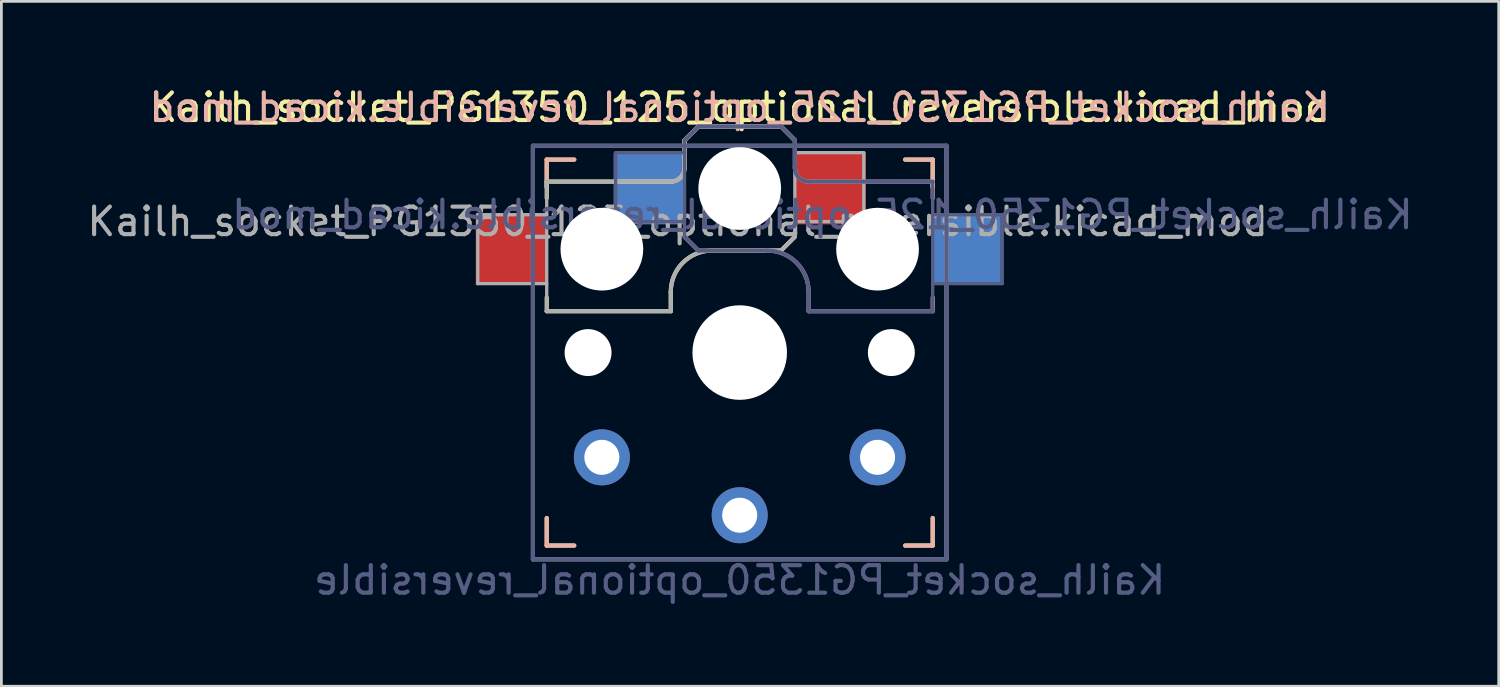
<source format=kicad_pcb>
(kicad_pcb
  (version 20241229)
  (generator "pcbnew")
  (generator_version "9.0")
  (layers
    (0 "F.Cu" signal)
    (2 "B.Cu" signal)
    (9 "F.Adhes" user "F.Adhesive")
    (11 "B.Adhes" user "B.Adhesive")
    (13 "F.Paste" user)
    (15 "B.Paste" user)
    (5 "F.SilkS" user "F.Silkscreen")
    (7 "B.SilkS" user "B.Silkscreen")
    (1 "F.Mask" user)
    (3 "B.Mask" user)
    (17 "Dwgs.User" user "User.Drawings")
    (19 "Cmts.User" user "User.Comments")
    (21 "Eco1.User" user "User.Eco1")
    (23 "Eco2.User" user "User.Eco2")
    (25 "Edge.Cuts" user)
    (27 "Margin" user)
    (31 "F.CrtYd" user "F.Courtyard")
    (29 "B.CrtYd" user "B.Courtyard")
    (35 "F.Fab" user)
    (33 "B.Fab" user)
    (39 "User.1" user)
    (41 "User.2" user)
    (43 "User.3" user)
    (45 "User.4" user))
  (footprint "Kailh_socket_PG1350_125_optional_reversible.kicad_mod"
    (layer "F.Cu")
    (at 23.78 9.738)
    (property "Reference" "Kailh_socket_PG1350_125_optional_reversible.kicad_mod" (at 0 -8.89 0) (layer "F.SilkS") (effects (font (size 1 1) (thickness 0.15))))
    (property "Value" "Kailh_socket_PG1350_optional_reversible" (at 0 8.255 0) (layer "F.Fab") (hide yes) (effects (font (size 1 1) (thickness 0.15))))
    (attr through_hole)
    (fp_line (start -7 -7) (end -6 -7) (stroke (width 0.15) (type solid)) (layer "F.SilkS"))
    (fp_line (start -7 -6.2) (end -2.5 -6.2) (stroke (width 0.15) (type solid)) (layer "F.SilkS"))
    (fp_line (start -7 -6) (end -7 -7) (stroke (width 0.15) (type solid)) (layer "F.SilkS"))
    (fp_line (start -7 -5.6) (end -7 -6.2) (stroke (width 0.15) (type solid)) (layer "F.SilkS"))
    (fp_line (start -7 -1.5) (end -7 -2) (stroke (width 0.15) (type solid)) (layer "F.SilkS"))
    (fp_line (start -7 7) (end -7 6) (stroke (width 0.15) (type solid)) (layer "F.SilkS"))
    (fp_line (start -6 7) (end -7 7) (stroke (width 0.15) (type solid)) (layer "F.SilkS"))
    (fp_line (start -2.5 -2.2) (end -2.5 -1.5) (stroke (width 0.15) (type solid)) (layer "F.SilkS"))
    (fp_line (start -2.5 -1.5) (end -7 -1.5) (stroke (width 0.15) (type solid)) (layer "F.SilkS"))
    (fp_line (start -2 -6.7) (end -2 -7.7) (stroke (width 0.15) (type solid)) (layer "F.SilkS"))
    (fp_line (start -1.5 -8.2) (end -2 -7.7) (stroke (width 0.15) (type solid)) (layer "F.SilkS"))
    (fp_line (start 1.5 -8.2) (end -1.5 -8.2) (stroke (width 0.15) (type solid)) (layer "F.SilkS"))
    (fp_line (start 1.5 -3.7) (end -1 -3.7) (stroke (width 0.15) (type solid)) (layer "F.SilkS"))
    (fp_line (start 2 -7.7) (end 1.5 -8.2) (stroke (width 0.15) (type solid)) (layer "F.SilkS"))
    (fp_line (start 2 -4.2) (end 1.5 -3.7) (stroke (width 0.15) (type solid)) (layer "F.SilkS"))
    (fp_line (start 6 -7) (end 7 -7) (stroke (width 0.15) (type solid)) (layer "F.SilkS"))
    (fp_line (start 7 -7) (end 7 -6) (stroke (width 0.15) (type solid)) (layer "F.SilkS"))
    (fp_line (start 7 6) (end 7 7) (stroke (width 0.15) (type solid)) (layer "F.SilkS"))
    (fp_line (start 7 7) (end 6 7) (stroke (width 0.15) (type solid)) (layer "F.SilkS"))
    (fp_arc (start -2.5 -2.2) (mid -2.06066 -3.26066) (end -1 -3.7) (stroke (width 0.15) (type solid)) (layer "F.SilkS"))
    (fp_arc (start -2 -6.7) (mid -2.146447 -6.346447) (end -2.5 -6.2) (stroke (width 0.15) (type solid)) (layer "F.SilkS"))
    (fp_line (start -7 -7) (end -6 -7) (stroke (width 0.15) (type solid)) (layer "B.SilkS"))
    (fp_line (start -7 -6) (end -7 -7) (stroke (width 0.15) (type solid)) (layer "B.SilkS"))
    (fp_line (start -7 7) (end -7 6) (stroke (width 0.15) (type solid)) (layer "B.SilkS"))
    (fp_line (start -6 7) (end -7 7) (stroke (width 0.15) (type solid)) (layer "B.SilkS"))
    (fp_line (start -2 -7.7) (end -1.5 -8.2) (stroke (width 0.15) (type solid)) (layer "B.SilkS"))
    (fp_line (start -2 -4.2) (end -1.5 -3.7) (stroke (width 0.15) (type solid)) (layer "B.SilkS"))
    (fp_line (start -1.5 -8.2) (end 1.5 -8.2) (stroke (width 0.15) (type solid)) (layer "B.SilkS"))
    (fp_line (start -1.5 -3.7) (end 1 -3.7) (stroke (width 0.15) (type solid)) (layer "B.SilkS"))
    (fp_line (start 1.5 -8.2) (end 2 -7.7) (stroke (width 0.15) (type solid)) (layer "B.SilkS"))
    (fp_line (start 2 -6.7) (end 2 -7.7) (stroke (width 0.15) (type solid)) (layer "B.SilkS"))
    (fp_line (start 2.5 -2.2) (end 2.5 -1.5) (stroke (width 0.15) (type solid)) (layer "B.SilkS"))
    (fp_line (start 2.5 -1.5) (end 7 -1.5) (stroke (width 0.15) (type solid)) (layer "B.SilkS"))
    (fp_line (start 6 -7) (end 7 -7) (stroke (width 0.15) (type solid)) (layer "B.SilkS"))
    (fp_line (start 7 -7) (end 7 -6) (stroke (width 0.15) (type solid)) (layer "B.SilkS"))
    (fp_line (start 7 -6.2) (end 2.5 -6.2) (stroke (width 0.15) (type solid)) (layer "B.SilkS"))
    (fp_line (start 7 -5.6) (end 7 -6.2) (stroke (width 0.15) (type solid)) (layer "B.SilkS"))
    (fp_line (start 7 -1.5) (end 7 -2) (stroke (width 0.15) (type solid)) (layer "B.SilkS"))
    (fp_line (start 7 6) (end 7 7) (stroke (width 0.15) (type solid)) (layer "B.SilkS"))
    (fp_line (start 7 7) (end 6 7) (stroke (width 0.15) (type solid)) (layer "B.SilkS"))
    (fp_arc (start 1 -3.7) (mid 2.06066 -3.26066) (end 2.5 -2.2) (stroke (width 0.15) (type solid)) (layer "B.SilkS"))
    (fp_arc (start 2.5 -6.2) (mid 2.146447 -6.346447) (end 2 -6.7) (stroke (width 0.15) (type solid)) (layer "B.SilkS"))
    (fp_rect (start -13.25 -8.5) (end 13.25 8.5) (stroke (width 0.12) (type solid)) (fill no) (layer "Eco1.User"))
    (fp_line (start -6.9 6.9) (end -6.9 -6.9) (stroke (width 0.15) (type solid)) (layer "Eco2.User"))
    (fp_line (start -6.9 6.9) (end 6.9 6.9) (stroke (width 0.15) (type solid)) (layer "Eco2.User"))
    (fp_line (start -2.6 -3.1) (end -2.6 -6.3) (stroke (width 0.15) (type solid)) (layer "Eco2.User"))
    (fp_line (start -2.6 -3.1) (end 2.6 -3.1) (stroke (width 0.15) (type solid)) (layer "Eco2.User"))
    (fp_line (start 2.6 -6.3) (end -2.6 -6.3) (stroke (width 0.15) (type solid)) (layer "Eco2.User"))
    (fp_line (start 2.6 -3.1) (end 2.6 -6.3) (stroke (width 0.15) (type solid)) (layer "Eco2.User"))
    (fp_line (start 6.9 -6.9) (end -6.9 -6.9) (stroke (width 0.15) (type solid)) (layer "Eco2.User"))
    (fp_line (start 6.9 -6.9) (end 6.9 6.9) (stroke (width 0.15) (type solid)) (layer "Eco2.User"))
    (fp_line (start -7.5 -7.5) (end 7.5 -7.5) (stroke (width 0.15) (type solid)) (layer "B.Fab"))
    (fp_line (start -7.5 7.5) (end -7.5 -7.5) (stroke (width 0.15) (type solid)) (layer "B.Fab"))
    (fp_line (start -4.5 -7.25) (end -2 -7.25) (stroke (width 0.12) (type solid)) (layer "B.Fab"))
    (fp_line (start -4.5 -4.75) (end -4.5 -7.25) (stroke (width 0.12) (type solid)) (layer "B.Fab"))
    (fp_line (start -2 -7.7) (end -1.5 -8.2) (stroke (width 0.15) (type solid)) (layer "B.Fab"))
    (fp_line (start -2 -4.75) (end -4.5 -4.75) (stroke (width 0.12) (type solid)) (layer "B.Fab"))
    (fp_line (start -2 -4.25) (end -2 -7.7) (stroke (width 0.12) (type solid)) (layer "B.Fab"))
    (fp_line (start -2 -4.2) (end -1.5 -3.7) (stroke (width 0.15) (type solid)) (layer "B.Fab"))
    (fp_line (start -1.5 -8.2) (end 1.5 -8.2) (stroke (width 0.15) (type solid)) (layer "B.Fab"))
    (fp_line (start -1.5 -3.7) (end 1 -3.7) (stroke (width 0.15) (type solid)) (layer "B.Fab"))
    (fp_line (start 1.5 -8.2) (end 2 -7.7) (stroke (width 0.15) (type solid)) (layer "B.Fab"))
    (fp_line (start 2 -6.7) (end 2 -7.7) (stroke (width 0.15) (type solid)) (layer "B.Fab"))
    (fp_line (start 2.5 -2.2) (end 2.5 -1.5) (stroke (width 0.15) (type solid)) (layer "B.Fab"))
    (fp_line (start 2.5 -1.5) (end 7 -1.5) (stroke (width 0.15) (type solid)) (layer "B.Fab"))
    (fp_line (start 7 -6.2) (end 2.5 -6.2) (stroke (width 0.15) (type solid)) (layer "B.Fab"))
    (fp_line (start 7 -5) (end 9.5 -5) (stroke (width 0.12) (type solid)) (layer "B.Fab"))
    (fp_line (start 7 -1.5) (end 7 -6.2) (stroke (width 0.12) (type solid)) (layer "B.Fab"))
    (fp_line (start 7.5 -7.5) (end 7.5 7.5) (stroke (width 0.15) (type solid)) (layer "B.Fab"))
    (fp_line (start 7.5 7.5) (end -7.5 7.5) (stroke (width 0.15) (type solid)) (layer "B.Fab"))
    (fp_line (start 9.5 -5) (end 9.5 -2.5) (stroke (width 0.12) (type solid)) (layer "B.Fab"))
    (fp_line (start 9.5 -2.5) (end 7 -2.5) (stroke (width 0.12) (type solid)) (layer "B.Fab"))
    (fp_arc (start 1 -3.7) (mid 2.06066 -3.26066) (end 2.5 -2.2) (stroke (width 0.15) (type solid)) (layer "B.Fab"))
    (fp_arc (start 2.5 -6.2) (mid 2.146447 -6.346447) (end 2 -6.7) (stroke (width 0.15) (type solid)) (layer "B.Fab"))
    (fp_line (start -9.5 -5) (end -9.5 -2.5) (stroke (width 0.12) (type solid)) (layer "F.Fab"))
    (fp_line (start -9.5 -2.5) (end -7 -2.5) (stroke (width 0.12) (type solid)) (layer "F.Fab"))
    (fp_line (start -7.5 -7.5) (end 7.5 -7.5) (stroke (width 0.15) (type solid)) (layer "F.Fab"))
    (fp_line (start -7.5 7.5) (end -7.5 -7.5) (stroke (width 0.15) (type solid)) (layer "F.Fab"))
    (fp_line (start -7 -6.2) (end -2.5 -6.2) (stroke (width 0.15) (type solid)) (layer "F.Fab"))
    (fp_line (start -7 -5) (end -9.5 -5) (stroke (width 0.12) (type solid)) (layer "F.Fab"))
    (fp_line (start -7 -1.5) (end -7 -6.2) (stroke (width 0.12) (type solid)) (layer "F.Fab"))
    (fp_line (start -2.5 -2.2) (end -2.5 -1.5) (stroke (width 0.15) (type solid)) (layer "F.Fab"))
    (fp_line (start -2.5 -1.5) (end -7 -1.5) (stroke (width 0.15) (type solid)) (layer "F.Fab"))
    (fp_line (start -2 -6.7) (end -2 -7.7) (stroke (width 0.15) (type solid)) (layer "F.Fab"))
    (fp_line (start -1.5 -8.2) (end -2 -7.7) (stroke (width 0.15) (type solid)) (layer "F.Fab"))
    (fp_line (start 1.5 -8.2) (end -1.5 -8.2) (stroke (width 0.15) (type solid)) (layer "F.Fab"))
    (fp_line (start 1.5 -3.7) (end -1 -3.7) (stroke (width 0.15) (type solid)) (layer "F.Fab"))
    (fp_line (start 2 -7.7) (end 1.5 -8.2) (stroke (width 0.15) (type solid)) (layer "F.Fab"))
    (fp_line (start 2 -4.75) (end 4.5 -4.75) (stroke (width 0.12) (type solid)) (layer "F.Fab"))
    (fp_line (start 2 -4.25) (end 2 -7.7) (stroke (width 0.12) (type solid)) (layer "F.Fab"))
    (fp_line (start 2 -4.2) (end 1.5 -3.7) (stroke (width 0.15) (type solid)) (layer "F.Fab"))
    (fp_line (start 4.5 -7.25) (end 2 -7.25) (stroke (width 0.12) (type solid)) (layer "F.Fab"))
    (fp_line (start 4.5 -4.75) (end 4.5 -7.25) (stroke (width 0.12) (type solid)) (layer "F.Fab"))
    (fp_line (start 7.5 -7.5) (end 7.5 7.5) (stroke (width 0.15) (type solid)) (layer "F.Fab"))
    (fp_line (start 7.5 7.5) (end -7.5 7.5) (stroke (width 0.15) (type solid)) (layer "F.Fab"))
    (fp_arc (start -2.5 -2.2) (mid -2.06066 -3.26066) (end -1 -3.7) (stroke (width 0.15) (type solid)) (layer "F.Fab"))
    (fp_arc (start -2 -6.7) (mid -2.146447 -6.346447) (end -2.5 -6.2) (stroke (width 0.15) (type solid)) (layer "F.Fab"))
    (fp_text user "${REFERENCE}" (at 0 -8.89 0) (layer "B.SilkS") (effects (font (size 1 1) (thickness 0.15)) (justify mirror)))
    (fp_text user "${VALUE}" (at 0 8.255 0) (layer "B.Fab") (effects (font (size 1 1) (thickness 0.15)) (justify mirror)))
    (fp_text user "${REFERENCE}" (at 3 -5 180) (layer "B.Fab") (effects (font (size 1 1) (thickness 0.15)) (justify mirror)))
    (fp_text user "${REFERENCE}" (at -2.25 -4.75 0) (layer "F.Fab") (effects (font (size 1 1) (thickness 0.15))))
    (pad "" np_thru_hole circle (at -5.5 0) (size 1.702 1.702) (drill 1.702) (layers "*.Cu" "*.Mask"))
    (pad "" np_thru_hole circle (at -5 -3.75) (size 3 3) (drill 3) (layers "*.Cu" "*.Mask"))
    (pad "" np_thru_hole circle (at 0 -5.95) (size 3 3) (drill 3) (layers "*.Cu" "*.Mask"))
    (pad "" np_thru_hole circle (at 0 0) (size 3.429 3.429) (drill 3.429) (layers "*.Cu" "*.Mask"))
    (pad "" np_thru_hole circle (at 5 -3.75) (size 3 3) (drill 3) (layers "*.Cu" "*.Mask"))
    (pad "" np_thru_hole circle (at 5.5 0) (size 1.702 1.702) (drill 1.702) (layers "*.Cu" "*.Mask"))
    (pad "1" smd rect (at -3.275 -5.95) (size 2.6 2.6) (layers "B.Cu" "B.Mask" "B.Paste"))
    (pad "1" thru_hole circle (at 0 5.9) (size 2.032 2.032) (drill 1.27) (layers "*.Cu" "*.Mask"))
    (pad "1" smd rect (at 3.275 -5.95) (size 2.6 2.6) (layers "F.Cu" "F.Mask" "F.Paste"))
    (pad "2" smd rect (at -8.275 -3.75) (size 2.6 2.6) (layers "F.Cu" "F.Mask" "F.Paste"))
    (pad "2" thru_hole circle (at -5 3.8) (size 2.032 2.032) (drill 1.27) (layers "*.Cu" "*.Mask"))
    (pad "2" thru_hole circle (at 5 3.8) (size 2.032 2.032) (drill 1.27) (layers "*.Cu" "*.Mask"))
    (pad "2" smd rect (at 8.275 -3.75) (size 2.6 2.6) (layers "B.Cu" "B.Mask" "B.Paste")))
  (gr_rect
    (start -3 -3)
    (end 51.31 21.841)
    (stroke (width 0.1) (type default))
    (fill no)
    (layer "Edge.Cuts")))
</source>
